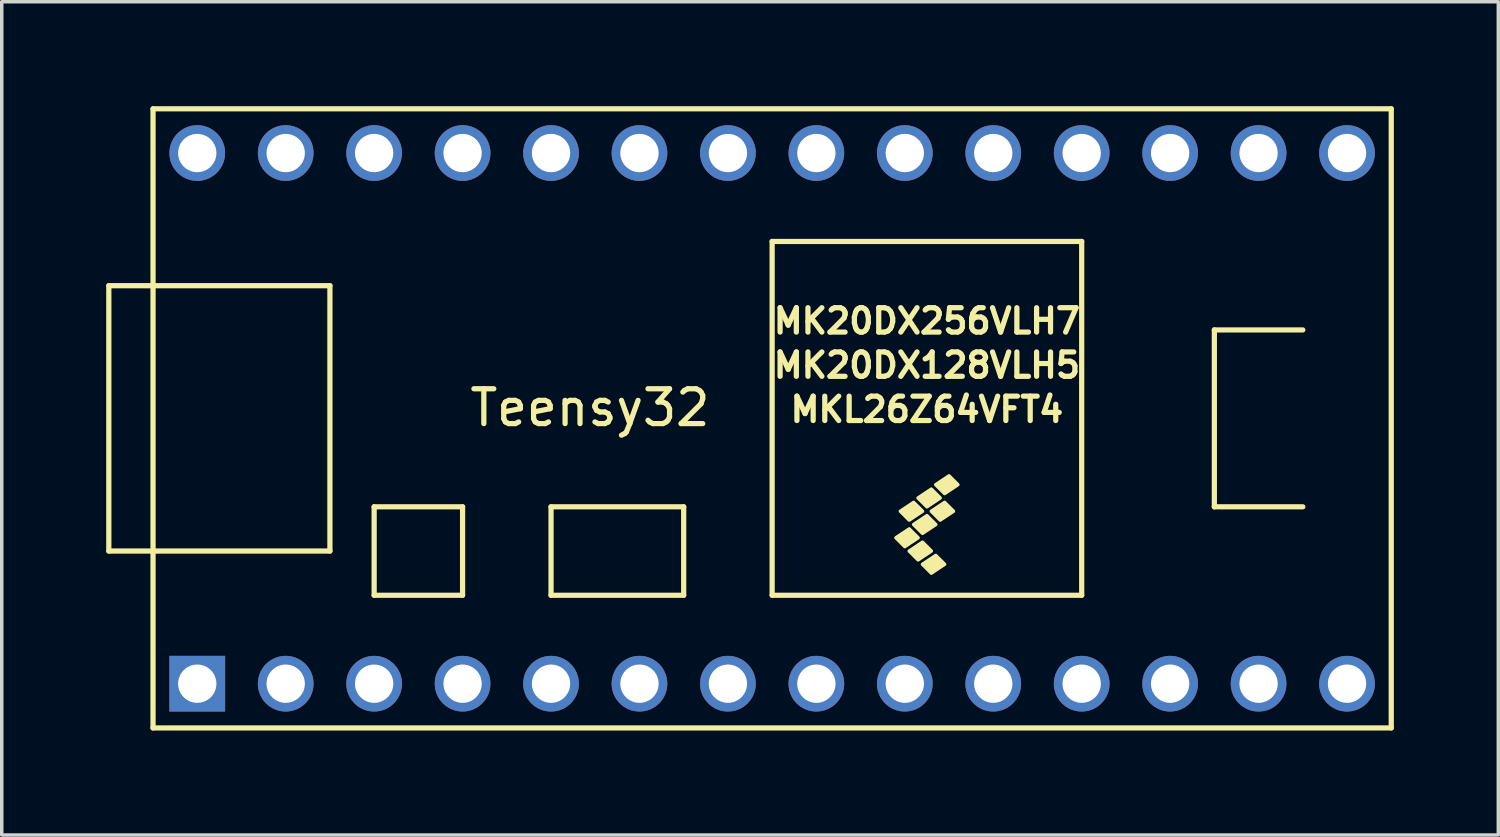
<source format=kicad_pcb>
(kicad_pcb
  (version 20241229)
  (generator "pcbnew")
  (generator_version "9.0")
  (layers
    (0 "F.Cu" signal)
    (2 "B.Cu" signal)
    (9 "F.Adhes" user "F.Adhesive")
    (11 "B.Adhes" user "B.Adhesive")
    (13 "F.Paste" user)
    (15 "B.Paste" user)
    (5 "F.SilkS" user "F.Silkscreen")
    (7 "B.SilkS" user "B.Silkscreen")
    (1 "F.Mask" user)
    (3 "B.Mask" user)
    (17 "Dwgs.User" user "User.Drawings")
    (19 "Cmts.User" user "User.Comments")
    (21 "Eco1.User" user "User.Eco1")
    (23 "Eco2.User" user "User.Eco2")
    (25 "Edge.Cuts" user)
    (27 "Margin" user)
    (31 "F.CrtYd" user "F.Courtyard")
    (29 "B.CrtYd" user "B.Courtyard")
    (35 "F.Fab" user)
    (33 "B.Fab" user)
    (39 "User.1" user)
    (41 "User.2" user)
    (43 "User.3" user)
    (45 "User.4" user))
  (footprint "Teensy32"
    (layer "F.Cu")
    (at 19.125 8.965)
    (property "Reference" "Teensy32" (at -5.232 -0.305 180) (layer "F.SilkS") (effects (font (size 1 1) (thickness 0.15))))
    (attr through_hole exclude_from_pos_files)
    (fp_line (start -19.05 -3.81) (end -17.78 -3.81) (stroke (width 0.15) (type solid)) (layer "F.SilkS"))
    (fp_line (start -19.05 3.81) (end -19.05 -3.81) (stroke (width 0.15) (type solid)) (layer "F.SilkS"))
    (fp_line (start -17.78 -8.89) (end 17.78 -8.89) (stroke (width 0.15) (type solid)) (layer "F.SilkS"))
    (fp_line (start -17.78 3.81) (end -19.05 3.81) (stroke (width 0.15) (type solid)) (layer "F.SilkS"))
    (fp_line (start -17.78 8.89) (end -17.78 -8.89) (stroke (width 0.15) (type solid)) (layer "F.SilkS"))
    (fp_line (start -12.7 -3.81) (end -17.78 -3.81) (stroke (width 0.15) (type solid)) (layer "F.SilkS"))
    (fp_line (start -12.7 3.81) (end -17.78 3.81) (stroke (width 0.15) (type solid)) (layer "F.SilkS"))
    (fp_line (start -12.7 3.81) (end -12.7 -3.81) (stroke (width 0.15) (type solid)) (layer "F.SilkS"))
    (fp_line (start -11.43 2.54) (end -11.43 5.08) (stroke (width 0.15) (type solid)) (layer "F.SilkS"))
    (fp_line (start -11.43 5.08) (end -8.89 5.08) (stroke (width 0.15) (type solid)) (layer "F.SilkS"))
    (fp_line (start -8.89 2.54) (end -11.43 2.54) (stroke (width 0.15) (type solid)) (layer "F.SilkS"))
    (fp_line (start -8.89 5.08) (end -8.89 2.54) (stroke (width 0.15) (type solid)) (layer "F.SilkS"))
    (fp_line (start -6.35 2.54) (end -6.35 5.08) (stroke (width 0.15) (type solid)) (layer "F.SilkS"))
    (fp_line (start -6.35 5.08) (end -2.54 5.08) (stroke (width 0.15) (type solid)) (layer "F.SilkS"))
    (fp_line (start -2.54 2.54) (end -6.35 2.54) (stroke (width 0.15) (type solid)) (layer "F.SilkS"))
    (fp_line (start -2.54 5.08) (end -2.54 2.54) (stroke (width 0.15) (type solid)) (layer "F.SilkS"))
    (fp_line (start 0 -5.08) (end 0 5.08) (stroke (width 0.15) (type solid)) (layer "F.SilkS"))
    (fp_line (start 8.89 -5.08) (end 0 -5.08) (stroke (width 0.15) (type solid)) (layer "F.SilkS"))
    (fp_line (start 8.89 5.08) (end 0 5.08) (stroke (width 0.15) (type solid)) (layer "F.SilkS"))
    (fp_line (start 8.89 5.08) (end 8.89 -5.08) (stroke (width 0.15) (type solid)) (layer "F.SilkS"))
    (fp_line (start 12.7 -2.54) (end 15.24 -2.54) (stroke (width 0.15) (type solid)) (layer "F.SilkS"))
    (fp_line (start 12.7 2.54) (end 12.7 -2.54) (stroke (width 0.15) (type solid)) (layer "F.SilkS"))
    (fp_line (start 15.24 2.54) (end 12.7 2.54) (stroke (width 0.15) (type solid)) (layer "F.SilkS"))
    (fp_line (start 17.78 -8.89) (end 17.78 8.89) (stroke (width 0.15) (type solid)) (layer "F.SilkS"))
    (fp_line (start 17.78 8.89) (end -17.78 8.89) (stroke (width 0.15) (type solid)) (layer "F.SilkS"))
    (fp_poly (pts (xy 3.81 3.683) (xy 3.556 3.429) (xy 3.937 3.175) (xy 4.191 3.429)) (stroke (width 0.1) (type solid)) (fill yes) (layer "F.SilkS"))
    (fp_poly (pts (xy 3.937 2.921) (xy 3.683 2.667) (xy 4.064 2.413) (xy 4.318 2.667)) (stroke (width 0.1) (type solid)) (fill yes) (layer "F.SilkS"))
    (fp_poly (pts (xy 4.191 4.064) (xy 3.937 3.81) (xy 4.318 3.556) (xy 4.572 3.81)) (stroke (width 0.1) (type solid)) (fill yes) (layer "F.SilkS"))
    (fp_poly (pts (xy 4.318 3.302) (xy 4.064 3.048) (xy 4.445 2.794) (xy 4.699 3.048)) (stroke (width 0.1) (type solid)) (fill yes) (layer "F.SilkS"))
    (fp_poly (pts (xy 4.445 2.54) (xy 4.191 2.286) (xy 4.572 2.032) (xy 4.826 2.286)) (stroke (width 0.1) (type solid)) (fill yes) (layer "F.SilkS"))
    (fp_poly (pts (xy 4.572 4.445) (xy 4.318 4.191) (xy 4.699 3.937) (xy 4.953 4.191)) (stroke (width 0.1) (type solid)) (fill yes) (layer "F.SilkS"))
    (fp_poly (pts (xy 4.826 2.921) (xy 4.572 2.667) (xy 4.953 2.413) (xy 5.207 2.667)) (stroke (width 0.1) (type solid)) (fill yes) (layer "F.SilkS"))
    (fp_poly (pts (xy 4.953 2.159) (xy 4.699 1.905) (xy 5.08 1.651) (xy 5.334 1.905)) (stroke (width 0.1) (type solid)) (fill yes) (layer "F.SilkS"))
    (fp_text user "MK20DX128VLH5" (at 4.445 -1.524 180) (layer "F.SilkS") (effects (font (size 0.7 0.7) (thickness 0.15))))
    (fp_text user "MKL26Z64VFT4" (at 4.445 -0.254 180) (layer "F.SilkS") (effects (font (size 0.7 0.7) (thickness 0.15))))
    (fp_text user "MK20DX256VLH7" (at 4.445 -2.794 180) (layer "F.SilkS") (effects (font (size 0.7 0.7) (thickness 0.15))))
    (pad "1" thru_hole rect (at -16.51 7.62) (size 1.6 1.6) (drill 1.1) (layers "*.Cu" "*.Mask"))
    (pad "2" thru_hole circle (at -13.97 7.62) (size 1.6 1.6) (drill 1.1) (layers "*.Cu" "*.Mask"))
    (pad "3" thru_hole circle (at -11.43 7.62) (size 1.6 1.6) (drill 1.1) (layers "*.Cu" "*.Mask"))
    (pad "4" thru_hole circle (at -8.89 7.62) (size 1.6 1.6) (drill 1.1) (layers "*.Cu" "*.Mask"))
    (pad "5" thru_hole circle (at -6.35 7.62) (size 1.6 1.6) (drill 1.1) (layers "*.Cu" "*.Mask"))
    (pad "6" thru_hole circle (at -3.81 7.62) (size 1.6 1.6) (drill 1.1) (layers "*.Cu" "*.Mask"))
    (pad "7" thru_hole circle (at -1.27 7.62) (size 1.6 1.6) (drill 1.1) (layers "*.Cu" "*.Mask"))
    (pad "8" thru_hole circle (at 1.27 7.62) (size 1.6 1.6) (drill 1.1) (layers "*.Cu" "*.Mask"))
    (pad "9" thru_hole circle (at 3.81 7.62) (size 1.6 1.6) (drill 1.1) (layers "*.Cu" "*.Mask"))
    (pad "10" thru_hole circle (at 6.35 7.62) (size 1.6 1.6) (drill 1.1) (layers "*.Cu" "*.Mask"))
    (pad "11" thru_hole circle (at 8.89 7.62) (size 1.6 1.6) (drill 1.1) (layers "*.Cu" "*.Mask"))
    (pad "12" thru_hole circle (at 11.43 7.62) (size 1.6 1.6) (drill 1.1) (layers "*.Cu" "*.Mask"))
    (pad "13" thru_hole circle (at 13.97 7.62) (size 1.6 1.6) (drill 1.1) (layers "*.Cu" "*.Mask"))
    (pad "14" thru_hole circle (at 16.51 7.62) (size 1.6 1.6) (drill 1.1) (layers "*.Cu" "*.Mask"))
    (pad "20" thru_hole circle (at 16.51 -7.62) (size 1.6 1.6) (drill 1.1) (layers "*.Cu" "*.Mask"))
    (pad "21" thru_hole circle (at 13.97 -7.62) (size 1.6 1.6) (drill 1.1) (layers "*.Cu" "*.Mask"))
    (pad "22" thru_hole circle (at 11.43 -7.62) (size 1.6 1.6) (drill 1.1) (layers "*.Cu" "*.Mask"))
    (pad "23" thru_hole circle (at 8.89 -7.62) (size 1.6 1.6) (drill 1.1) (layers "*.Cu" "*.Mask"))
    (pad "24" thru_hole circle (at 6.35 -7.62) (size 1.6 1.6) (drill 1.1) (layers "*.Cu" "*.Mask"))
    (pad "25" thru_hole circle (at 3.81 -7.62) (size 1.6 1.6) (drill 1.1) (layers "*.Cu" "*.Mask"))
    (pad "26" thru_hole circle (at 1.27 -7.62) (size 1.6 1.6) (drill 1.1) (layers "*.Cu" "*.Mask"))
    (pad "27" thru_hole circle (at -1.27 -7.62) (size 1.6 1.6) (drill 1.1) (layers "*.Cu" "*.Mask"))
    (pad "28" thru_hole circle (at -3.81 -7.62) (size 1.6 1.6) (drill 1.1) (layers "*.Cu" "*.Mask"))
    (pad "29" thru_hole circle (at -6.35 -7.62) (size 1.6 1.6) (drill 1.1) (layers "*.Cu" "*.Mask"))
    (pad "30" thru_hole circle (at -8.89 -7.62) (size 1.6 1.6) (drill 1.1) (layers "*.Cu" "*.Mask"))
    (pad "31" thru_hole circle (at -11.43 -7.62) (size 1.6 1.6) (drill 1.1) (layers "*.Cu" "*.Mask"))
    (pad "32" thru_hole circle (at -13.97 -7.62) (size 1.6 1.6) (drill 1.1) (layers "*.Cu" "*.Mask"))
    (pad "33" thru_hole circle (at -16.51 -7.62) (size 1.6 1.6) (drill 1.1) (layers "*.Cu" "*.Mask")))
  (gr_rect
    (start -3 -3)
    (end 39.98 20.93)
    (stroke (width 0.1) (type default))
    (fill no)
    (layer "Edge.Cuts")))
</source>
